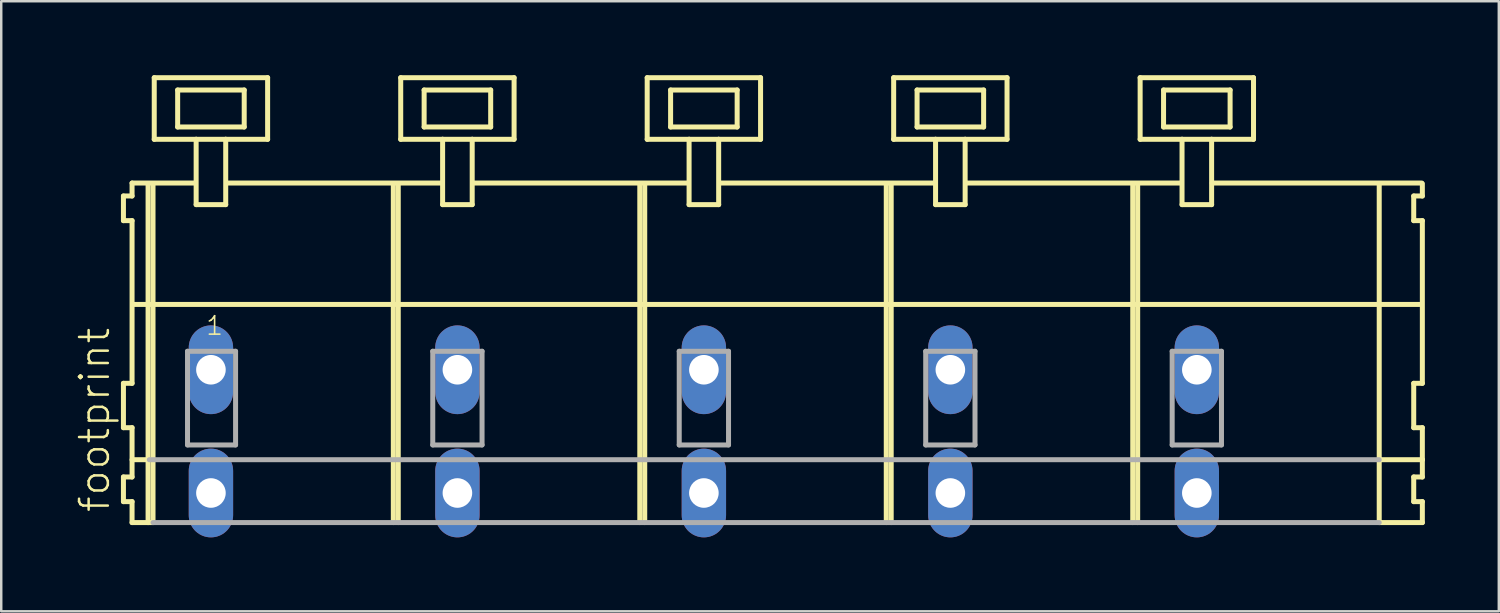
<source format=kicad_pcb>
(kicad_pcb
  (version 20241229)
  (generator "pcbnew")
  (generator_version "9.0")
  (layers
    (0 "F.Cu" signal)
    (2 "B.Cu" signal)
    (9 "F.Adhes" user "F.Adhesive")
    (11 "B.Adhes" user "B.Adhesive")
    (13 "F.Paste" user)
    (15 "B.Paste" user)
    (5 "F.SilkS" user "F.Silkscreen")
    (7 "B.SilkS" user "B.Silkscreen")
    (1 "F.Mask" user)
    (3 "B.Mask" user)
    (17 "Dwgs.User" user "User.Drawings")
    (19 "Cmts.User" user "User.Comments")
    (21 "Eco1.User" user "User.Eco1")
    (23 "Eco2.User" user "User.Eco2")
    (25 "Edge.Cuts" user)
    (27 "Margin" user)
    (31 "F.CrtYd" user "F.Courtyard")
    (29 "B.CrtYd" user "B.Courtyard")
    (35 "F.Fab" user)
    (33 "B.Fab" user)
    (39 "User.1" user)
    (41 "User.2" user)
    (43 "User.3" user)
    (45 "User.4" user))
  (footprint "footprint"
    (layer "F.Cu")
    (at 23.008 11.952)
    (property "Reference" "footprint" (at -21.535 5.855 90) (layer "F.SilkS") (effects (font (size 1.168 1.168) (thickness 0.102)) (justify left bottom)))
    (fp_line (start -21.05 -7.05) (end -21.05 -6.05) (stroke (width 0.203) (type solid)) (layer "F.SilkS"))
    (fp_line (start -21.05 -6.05) (end -20.7 -6.05) (stroke (width 0.203) (type solid)) (layer "F.SilkS"))
    (fp_line (start -21.05 0.55) (end -21.05 2.35) (stroke (width 0.203) (type solid)) (layer "F.SilkS"))
    (fp_line (start -21.05 2.35) (end -20.7 2.35) (stroke (width 0.203) (type solid)) (layer "F.SilkS"))
    (fp_line (start -21.05 4.35) (end -21.05 5.35) (stroke (width 0.203) (type solid)) (layer "F.SilkS"))
    (fp_line (start -21.05 5.35) (end -20.7 5.35) (stroke (width 0.203) (type solid)) (layer "F.SilkS"))
    (fp_line (start -20.7 -7.575) (end -20.7 -7.05) (stroke (width 0.203) (type solid)) (layer "F.SilkS"))
    (fp_line (start -20.7 -7.575) (end -18.125 -7.575) (stroke (width 0.203) (type solid)) (layer "F.SilkS"))
    (fp_line (start -20.7 -7.05) (end -21.05 -7.05) (stroke (width 0.203) (type solid)) (layer "F.SilkS"))
    (fp_line (start -20.7 -6.05) (end -20.7 0.55) (stroke (width 0.203) (type solid)) (layer "F.SilkS"))
    (fp_line (start -20.7 0.55) (end -21.05 0.55) (stroke (width 0.203) (type solid)) (layer "F.SilkS"))
    (fp_line (start -20.7 2.35) (end -20.7 4.35) (stroke (width 0.203) (type solid)) (layer "F.SilkS"))
    (fp_line (start -20.7 3.65) (end -20 3.65) (stroke (width 0.203) (type solid)) (layer "F.SilkS"))
    (fp_line (start -20.7 4.35) (end -21.05 4.35) (stroke (width 0.203) (type solid)) (layer "F.SilkS"))
    (fp_line (start -20.7 5.35) (end -20.7 6.2) (stroke (width 0.203) (type solid)) (layer "F.SilkS"))
    (fp_line (start -20.7 6.2) (end -20.05 6.2) (stroke (width 0.203) (type solid)) (layer "F.SilkS"))
    (fp_line (start -20.65 -2.65) (end 31.6 -2.65) (stroke (width 0.203) (type solid)) (layer "F.SilkS"))
    (fp_line (start -20.05 -7.55) (end -20.05 6.2) (stroke (width 0.203) (type solid)) (layer "F.SilkS"))
    (fp_line (start -20.05 6.2) (end -19.85 6.2) (stroke (width 0.203) (type solid)) (layer "F.SilkS"))
    (fp_line (start -19.85 -7.55) (end -19.85 6.2) (stroke (width 0.203) (type solid)) (layer "F.SilkS"))
    (fp_line (start -19.8 -11.85) (end -19.8 -9.35) (stroke (width 0.203) (type solid)) (layer "F.SilkS"))
    (fp_line (start -19.8 -9.35) (end -18.1 -9.35) (stroke (width 0.203) (type solid)) (layer "F.SilkS"))
    (fp_line (start -18.85 -11.35) (end -18.85 -9.85) (stroke (width 0.203) (type solid)) (layer "F.SilkS"))
    (fp_line (start -18.85 -9.85) (end -16.15 -9.85) (stroke (width 0.203) (type solid)) (layer "F.SilkS"))
    (fp_line (start -18.1 -9.35) (end -18.1 -6.7) (stroke (width 0.203) (type solid)) (layer "F.SilkS"))
    (fp_line (start -18.1 -9.35) (end -16.9 -9.35) (stroke (width 0.203) (type solid)) (layer "F.SilkS"))
    (fp_line (start -18.1 -6.7) (end -16.9 -6.7) (stroke (width 0.203) (type solid)) (layer "F.SilkS"))
    (fp_line (start -16.9 -9.35) (end -15.2 -9.35) (stroke (width 0.203) (type solid)) (layer "F.SilkS"))
    (fp_line (start -16.9 -6.7) (end -16.9 -9.35) (stroke (width 0.203) (type solid)) (layer "F.SilkS"))
    (fp_line (start -16.825 -7.575) (end -8.125 -7.575) (stroke (width 0.203) (type solid)) (layer "F.SilkS"))
    (fp_line (start -16.15 -11.35) (end -18.85 -11.35) (stroke (width 0.203) (type solid)) (layer "F.SilkS"))
    (fp_line (start -16.15 -9.85) (end -16.15 -11.35) (stroke (width 0.203) (type solid)) (layer "F.SilkS"))
    (fp_line (start -15.2 -11.85) (end -19.8 -11.85) (stroke (width 0.203) (type solid)) (layer "F.SilkS"))
    (fp_line (start -15.2 -9.35) (end -15.2 -11.85) (stroke (width 0.203) (type solid)) (layer "F.SilkS"))
    (fp_line (start -10.1 -7.55) (end -10.1 6.2) (stroke (width 0.203) (type solid)) (layer "F.SilkS"))
    (fp_line (start -9.9 -7.55) (end -9.9 6.2) (stroke (width 0.203) (type solid)) (layer "F.SilkS"))
    (fp_line (start -9.8 -11.85) (end -9.8 -9.35) (stroke (width 0.203) (type solid)) (layer "F.SilkS"))
    (fp_line (start -9.8 -9.35) (end -8.1 -9.35) (stroke (width 0.203) (type solid)) (layer "F.SilkS"))
    (fp_line (start -8.85 -11.35) (end -8.85 -9.85) (stroke (width 0.203) (type solid)) (layer "F.SilkS"))
    (fp_line (start -8.85 -9.85) (end -6.15 -9.85) (stroke (width 0.203) (type solid)) (layer "F.SilkS"))
    (fp_line (start -8.1 -9.35) (end -8.1 -6.7) (stroke (width 0.203) (type solid)) (layer "F.SilkS"))
    (fp_line (start -8.1 -9.35) (end -6.9 -9.35) (stroke (width 0.203) (type solid)) (layer "F.SilkS"))
    (fp_line (start -8.1 -6.7) (end -6.9 -6.7) (stroke (width 0.203) (type solid)) (layer "F.SilkS"))
    (fp_line (start -6.9 -9.35) (end -5.2 -9.35) (stroke (width 0.203) (type solid)) (layer "F.SilkS"))
    (fp_line (start -6.9 -6.7) (end -6.9 -9.35) (stroke (width 0.203) (type solid)) (layer "F.SilkS"))
    (fp_line (start -6.825 -7.575) (end 1.875 -7.575) (stroke (width 0.203) (type solid)) (layer "F.SilkS"))
    (fp_line (start -6.15 -11.35) (end -8.85 -11.35) (stroke (width 0.203) (type solid)) (layer "F.SilkS"))
    (fp_line (start -6.15 -9.85) (end -6.15 -11.35) (stroke (width 0.203) (type solid)) (layer "F.SilkS"))
    (fp_line (start -5.2 -11.85) (end -9.8 -11.85) (stroke (width 0.203) (type solid)) (layer "F.SilkS"))
    (fp_line (start -5.2 -9.35) (end -5.2 -11.85) (stroke (width 0.203) (type solid)) (layer "F.SilkS"))
    (fp_line (start -0.1 -7.55) (end -0.1 6.2) (stroke (width 0.203) (type solid)) (layer "F.SilkS"))
    (fp_line (start 0.1 -7.55) (end 0.1 6.2) (stroke (width 0.203) (type solid)) (layer "F.SilkS"))
    (fp_line (start 0.2 -11.85) (end 0.2 -9.35) (stroke (width 0.203) (type solid)) (layer "F.SilkS"))
    (fp_line (start 0.2 -9.35) (end 1.9 -9.35) (stroke (width 0.203) (type solid)) (layer "F.SilkS"))
    (fp_line (start 1.15 -11.35) (end 1.15 -9.85) (stroke (width 0.203) (type solid)) (layer "F.SilkS"))
    (fp_line (start 1.15 -9.85) (end 3.85 -9.85) (stroke (width 0.203) (type solid)) (layer "F.SilkS"))
    (fp_line (start 1.9 -9.35) (end 1.9 -6.7) (stroke (width 0.203) (type solid)) (layer "F.SilkS"))
    (fp_line (start 1.9 -9.35) (end 3.1 -9.35) (stroke (width 0.203) (type solid)) (layer "F.SilkS"))
    (fp_line (start 1.9 -6.7) (end 3.1 -6.7) (stroke (width 0.203) (type solid)) (layer "F.SilkS"))
    (fp_line (start 3.1 -9.35) (end 4.8 -9.35) (stroke (width 0.203) (type solid)) (layer "F.SilkS"))
    (fp_line (start 3.1 -6.7) (end 3.1 -9.35) (stroke (width 0.203) (type solid)) (layer "F.SilkS"))
    (fp_line (start 3.175 -7.575) (end 11.875 -7.575) (stroke (width 0.203) (type solid)) (layer "F.SilkS"))
    (fp_line (start 3.85 -11.35) (end 1.15 -11.35) (stroke (width 0.203) (type solid)) (layer "F.SilkS"))
    (fp_line (start 3.85 -9.85) (end 3.85 -11.35) (stroke (width 0.203) (type solid)) (layer "F.SilkS"))
    (fp_line (start 4.8 -11.85) (end 0.2 -11.85) (stroke (width 0.203) (type solid)) (layer "F.SilkS"))
    (fp_line (start 4.8 -9.35) (end 4.8 -11.85) (stroke (width 0.203) (type solid)) (layer "F.SilkS"))
    (fp_line (start 9.9 -7.55) (end 9.9 6.2) (stroke (width 0.203) (type solid)) (layer "F.SilkS"))
    (fp_line (start 10.1 -7.55) (end 10.1 6.2) (stroke (width 0.203) (type solid)) (layer "F.SilkS"))
    (fp_line (start 10.2 -11.85) (end 10.2 -9.35) (stroke (width 0.203) (type solid)) (layer "F.SilkS"))
    (fp_line (start 10.2 -9.35) (end 11.9 -9.35) (stroke (width 0.203) (type solid)) (layer "F.SilkS"))
    (fp_line (start 11.15 -11.35) (end 11.15 -9.85) (stroke (width 0.203) (type solid)) (layer "F.SilkS"))
    (fp_line (start 11.15 -9.85) (end 13.85 -9.85) (stroke (width 0.203) (type solid)) (layer "F.SilkS"))
    (fp_line (start 11.9 -9.35) (end 11.9 -6.7) (stroke (width 0.203) (type solid)) (layer "F.SilkS"))
    (fp_line (start 11.9 -9.35) (end 13.1 -9.35) (stroke (width 0.203) (type solid)) (layer "F.SilkS"))
    (fp_line (start 11.9 -6.7) (end 13.1 -6.7) (stroke (width 0.203) (type solid)) (layer "F.SilkS"))
    (fp_line (start 13.1 -9.35) (end 14.8 -9.35) (stroke (width 0.203) (type solid)) (layer "F.SilkS"))
    (fp_line (start 13.1 -6.7) (end 13.1 -9.35) (stroke (width 0.203) (type solid)) (layer "F.SilkS"))
    (fp_line (start 13.175 -7.575) (end 21.875 -7.575) (stroke (width 0.203) (type solid)) (layer "F.SilkS"))
    (fp_line (start 13.85 -11.35) (end 11.15 -11.35) (stroke (width 0.203) (type solid)) (layer "F.SilkS"))
    (fp_line (start 13.85 -9.85) (end 13.85 -11.35) (stroke (width 0.203) (type solid)) (layer "F.SilkS"))
    (fp_line (start 14.8 -11.85) (end 10.2 -11.85) (stroke (width 0.203) (type solid)) (layer "F.SilkS"))
    (fp_line (start 14.8 -9.35) (end 14.8 -11.85) (stroke (width 0.203) (type solid)) (layer "F.SilkS"))
    (fp_line (start 19.9 -7.55) (end 19.9 6.2) (stroke (width 0.203) (type solid)) (layer "F.SilkS"))
    (fp_line (start 20.1 -7.55) (end 20.1 6.2) (stroke (width 0.203) (type solid)) (layer "F.SilkS"))
    (fp_line (start 20.2 -11.85) (end 20.2 -9.35) (stroke (width 0.203) (type solid)) (layer "F.SilkS"))
    (fp_line (start 20.2 -9.35) (end 21.9 -9.35) (stroke (width 0.203) (type solid)) (layer "F.SilkS"))
    (fp_line (start 21.15 -11.35) (end 21.15 -9.85) (stroke (width 0.203) (type solid)) (layer "F.SilkS"))
    (fp_line (start 21.15 -9.85) (end 23.85 -9.85) (stroke (width 0.203) (type solid)) (layer "F.SilkS"))
    (fp_line (start 21.9 -9.35) (end 21.9 -6.7) (stroke (width 0.203) (type solid)) (layer "F.SilkS"))
    (fp_line (start 21.9 -9.35) (end 23.1 -9.35) (stroke (width 0.203) (type solid)) (layer "F.SilkS"))
    (fp_line (start 21.9 -6.7) (end 23.1 -6.7) (stroke (width 0.203) (type solid)) (layer "F.SilkS"))
    (fp_line (start 23.1 -9.35) (end 24.8 -9.35) (stroke (width 0.203) (type solid)) (layer "F.SilkS"))
    (fp_line (start 23.1 -6.7) (end 23.1 -9.35) (stroke (width 0.203) (type solid)) (layer "F.SilkS"))
    (fp_line (start 23.125 -7.575) (end 31.625 -7.575) (stroke (width 0.203) (type solid)) (layer "F.SilkS"))
    (fp_line (start 23.85 -11.35) (end 21.15 -11.35) (stroke (width 0.203) (type solid)) (layer "F.SilkS"))
    (fp_line (start 23.85 -9.85) (end 23.85 -11.35) (stroke (width 0.203) (type solid)) (layer "F.SilkS"))
    (fp_line (start 24.8 -11.85) (end 20.2 -11.85) (stroke (width 0.203) (type solid)) (layer "F.SilkS"))
    (fp_line (start 24.8 -9.35) (end 24.8 -11.85) (stroke (width 0.203) (type solid)) (layer "F.SilkS"))
    (fp_line (start 29.9 -7.55) (end 29.9 6.2) (stroke (width 0.203) (type solid)) (layer "F.SilkS"))
    (fp_line (start 29.9 6.2) (end 31.65 6.2) (stroke (width 0.203) (type solid)) (layer "F.SilkS"))
    (fp_line (start 29.95 3.65) (end 31.65 3.65) (stroke (width 0.203) (type solid)) (layer "F.SilkS"))
    (fp_line (start 31.3 -7.05) (end 31.3 -6.05) (stroke (width 0.203) (type solid)) (layer "F.SilkS"))
    (fp_line (start 31.3 -6.05) (end 31.65 -6.05) (stroke (width 0.203) (type solid)) (layer "F.SilkS"))
    (fp_line (start 31.3 0.55) (end 31.3 2.35) (stroke (width 0.203) (type solid)) (layer "F.SilkS"))
    (fp_line (start 31.3 2.35) (end 31.65 2.35) (stroke (width 0.203) (type solid)) (layer "F.SilkS"))
    (fp_line (start 31.3 4.35) (end 31.3 5.35) (stroke (width 0.203) (type solid)) (layer "F.SilkS"))
    (fp_line (start 31.3 5.35) (end 31.65 5.35) (stroke (width 0.203) (type solid)) (layer "F.SilkS"))
    (fp_line (start 31.65 -7.05) (end 31.3 -7.05) (stroke (width 0.203) (type solid)) (layer "F.SilkS"))
    (fp_line (start 31.65 -7.05) (end 31.65 -7.55) (stroke (width 0.203) (type solid)) (layer "F.SilkS"))
    (fp_line (start 31.65 0.55) (end 31.3 0.55) (stroke (width 0.203) (type solid)) (layer "F.SilkS"))
    (fp_line (start 31.65 0.55) (end 31.65 -6.05) (stroke (width 0.203) (type solid)) (layer "F.SilkS"))
    (fp_line (start 31.65 3.65) (end 31.65 2.35) (stroke (width 0.203) (type solid)) (layer "F.SilkS"))
    (fp_line (start 31.65 4.35) (end 31.3 4.35) (stroke (width 0.203) (type solid)) (layer "F.SilkS"))
    (fp_line (start 31.65 4.35) (end 31.65 3.65) (stroke (width 0.203) (type solid)) (layer "F.SilkS"))
    (fp_line (start 31.65 6.2) (end 31.65 5.35) (stroke (width 0.203) (type solid)) (layer "F.SilkS"))
    (fp_line (start -20 3.65) (end 29.9 3.65) (stroke (width 0.203) (type solid)) (layer "F.Fab"))
    (fp_line (start -19.85 6.2) (end 29.9 6.2) (stroke (width 0.203) (type solid)) (layer "F.Fab"))
    (fp_line (start -18.45 -0.75) (end -18.45 3.05) (stroke (width 0.203) (type solid)) (layer "F.Fab"))
    (fp_line (start -18.45 3.05) (end -16.5 3.05) (stroke (width 0.203) (type solid)) (layer "F.Fab"))
    (fp_line (start -16.5 -0.75) (end -18.45 -0.75) (stroke (width 0.203) (type solid)) (layer "F.Fab"))
    (fp_line (start -16.5 3.05) (end -16.5 -0.75) (stroke (width 0.203) (type solid)) (layer "F.Fab"))
    (fp_line (start -8.5 -0.75) (end -8.5 3.05) (stroke (width 0.203) (type solid)) (layer "F.Fab"))
    (fp_line (start -8.5 3.05) (end -6.5 3.05) (stroke (width 0.203) (type solid)) (layer "F.Fab"))
    (fp_line (start -6.5 -0.75) (end -8.5 -0.75) (stroke (width 0.203) (type solid)) (layer "F.Fab"))
    (fp_line (start -6.5 3.05) (end -6.5 -0.75) (stroke (width 0.203) (type solid)) (layer "F.Fab"))
    (fp_line (start 1.5 -0.75) (end 1.5 3.05) (stroke (width 0.203) (type solid)) (layer "F.Fab"))
    (fp_line (start 1.5 3.05) (end 3.5 3.05) (stroke (width 0.203) (type solid)) (layer "F.Fab"))
    (fp_line (start 3.5 -0.75) (end 1.5 -0.75) (stroke (width 0.203) (type solid)) (layer "F.Fab"))
    (fp_line (start 3.5 3.05) (end 3.5 -0.75) (stroke (width 0.203) (type solid)) (layer "F.Fab"))
    (fp_line (start 11.5 -0.75) (end 11.5 3.05) (stroke (width 0.203) (type solid)) (layer "F.Fab"))
    (fp_line (start 11.5 3.05) (end 13.5 3.05) (stroke (width 0.203) (type solid)) (layer "F.Fab"))
    (fp_line (start 13.5 -0.75) (end 11.5 -0.75) (stroke (width 0.203) (type solid)) (layer "F.Fab"))
    (fp_line (start 13.5 3.05) (end 13.5 -0.75) (stroke (width 0.203) (type solid)) (layer "F.Fab"))
    (fp_line (start 21.5 -0.75) (end 21.5 3.05) (stroke (width 0.203) (type solid)) (layer "F.Fab"))
    (fp_line (start 21.5 3.05) (end 23.5 3.05) (stroke (width 0.203) (type solid)) (layer "F.Fab"))
    (fp_line (start 23.5 -0.75) (end 21.5 -0.75) (stroke (width 0.203) (type solid)) (layer "F.Fab"))
    (fp_line (start 23.5 3.05) (end 23.5 -0.75) (stroke (width 0.203) (type solid)) (layer "F.Fab"))
    (fp_text user "1" (at -17.75 -1.35 0) (layer "F.SilkS") (effects (font (size 0.748 0.748) (thickness 0.065)) (justify left bottom)))
    (pad "A1" thru_hole oval (at -17.5 0 90) (size 3.6 1.8) (drill 1.2) (layers "*.Cu" "*.Mask"))
    (pad "A2" thru_hole oval (at -7.5 0 90) (size 3.6 1.8) (drill 1.2) (layers "*.Cu" "*.Mask"))
    (pad "A3" thru_hole oval (at 2.5 0 90) (size 3.6 1.8) (drill 1.2) (layers "*.Cu" "*.Mask"))
    (pad "A4" thru_hole oval (at 12.5 0 90) (size 3.6 1.8) (drill 1.2) (layers "*.Cu" "*.Mask"))
    (pad "A5" thru_hole oval (at 22.5 0 90) (size 3.6 1.8) (drill 1.2) (layers "*.Cu" "*.Mask"))
    (pad "B1" thru_hole oval (at -17.5 5 90) (size 3.6 1.8) (drill 1.2) (layers "*.Cu" "*.Mask"))
    (pad "B2" thru_hole oval (at -7.5 5 90) (size 3.6 1.8) (drill 1.2) (layers "*.Cu" "*.Mask"))
    (pad "B3" thru_hole oval (at 2.5 5 90) (size 3.6 1.8) (drill 1.2) (layers "*.Cu" "*.Mask"))
    (pad "B4" thru_hole oval (at 12.5 5 90) (size 3.6 1.8) (drill 1.2) (layers "*.Cu" "*.Mask"))
    (pad "B5" thru_hole oval (at 22.5 5 90) (size 3.6 1.8) (drill 1.2) (layers "*.Cu" "*.Mask")))
  (gr_rect
    (start -3 -3)
    (end 57.76 21.752)
    (stroke (width 0.1) (type default))
    (fill no)
    (layer "Edge.Cuts")))
</source>
